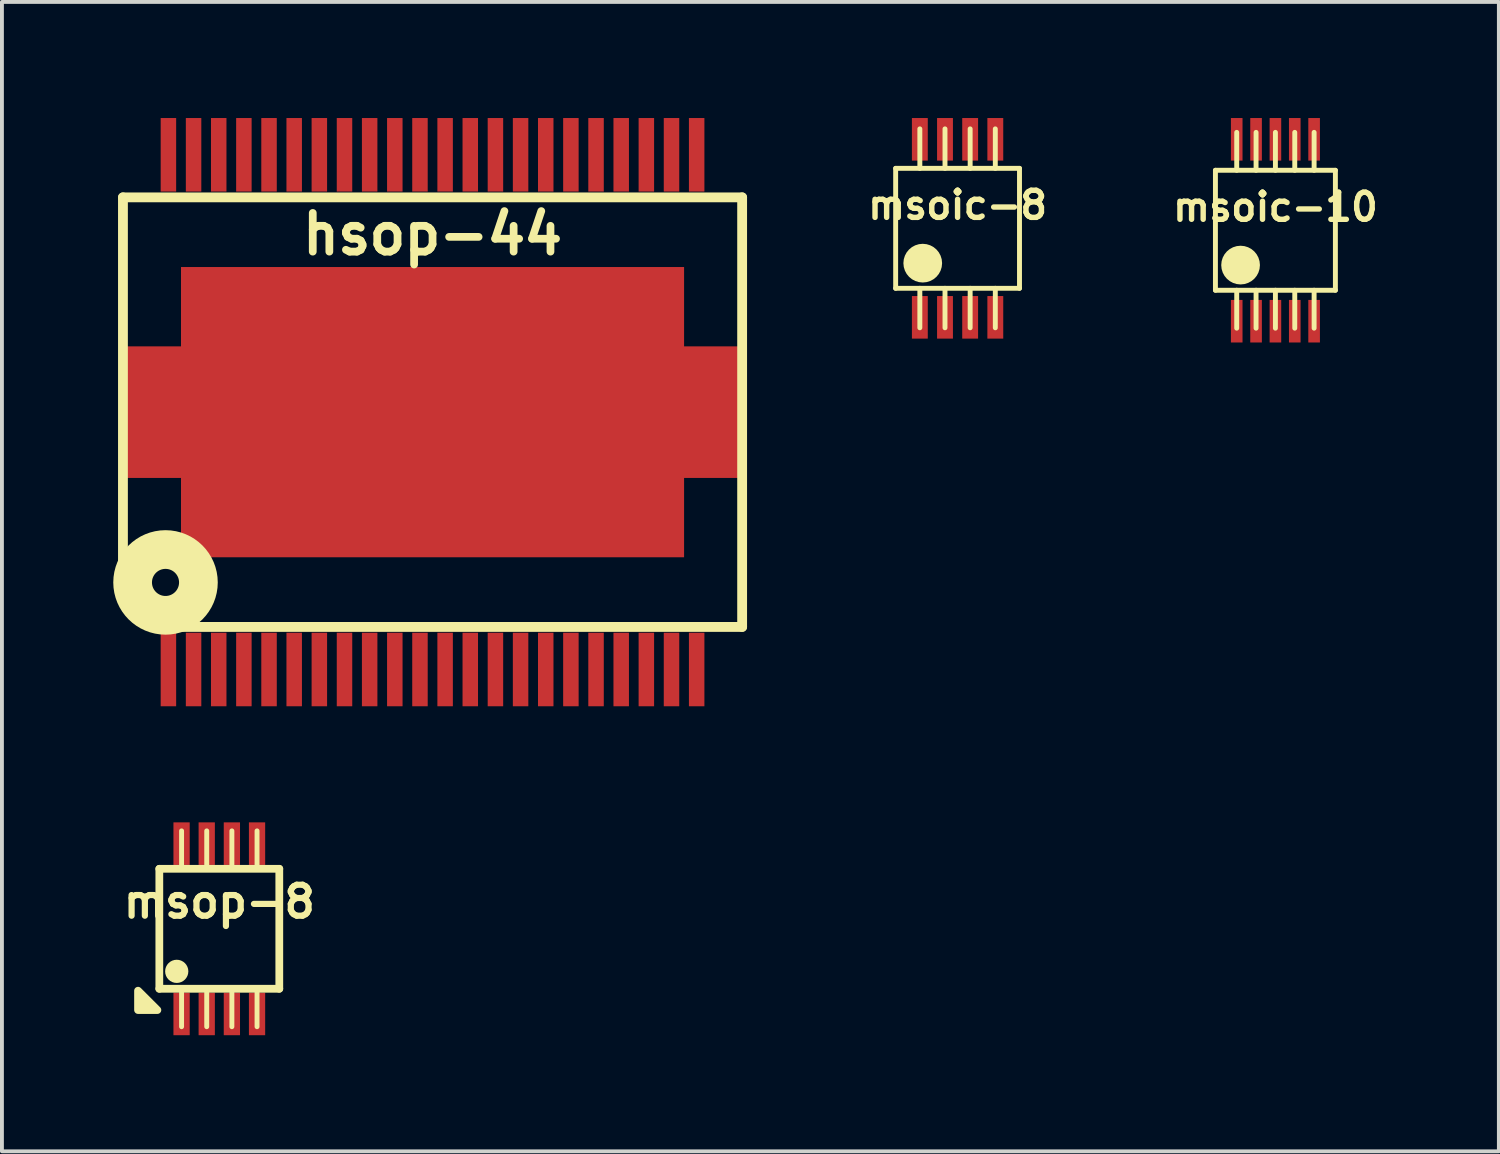
<source format=kicad_pcb>
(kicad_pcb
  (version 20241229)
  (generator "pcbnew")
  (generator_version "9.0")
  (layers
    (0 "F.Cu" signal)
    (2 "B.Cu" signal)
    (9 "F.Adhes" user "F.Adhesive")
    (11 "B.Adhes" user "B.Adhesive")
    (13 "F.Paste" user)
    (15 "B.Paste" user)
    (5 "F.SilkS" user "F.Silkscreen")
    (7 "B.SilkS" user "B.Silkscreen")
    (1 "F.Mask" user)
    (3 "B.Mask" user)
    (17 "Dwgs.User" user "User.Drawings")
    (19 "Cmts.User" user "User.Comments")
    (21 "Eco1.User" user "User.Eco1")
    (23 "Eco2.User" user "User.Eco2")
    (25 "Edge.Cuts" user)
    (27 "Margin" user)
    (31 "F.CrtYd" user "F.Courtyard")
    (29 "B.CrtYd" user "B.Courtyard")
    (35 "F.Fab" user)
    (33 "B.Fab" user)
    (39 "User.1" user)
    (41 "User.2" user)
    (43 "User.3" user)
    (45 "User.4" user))
  (footprint "msop-8"
    (layer "F.Cu")
    (at 2.617 20.95)
    (property "Reference" "msop-8" (at 0 -0.7 0) (layer "F.SilkS") (effects (font (size 0.8 0.8) (thickness 0.16))))
    (attr smd)
    (fp_line (start -1.55 -1.55) (end -1.55 1.55) (stroke (width 0.2) (type solid)) (layer "F.SilkS"))
    (fp_line (start -1.55 -1.55) (end 1.55 -1.55) (stroke (width 0.2) (type solid)) (layer "F.SilkS"))
    (fp_line (start -1.55 1.55) (end 1.55 1.55) (stroke (width 0.2) (type solid)) (layer "F.SilkS"))
    (fp_line (start -0.975 -2.53) (end -0.975 -1.55) (stroke (width 0.127) (type solid)) (layer "F.SilkS"))
    (fp_line (start -0.975 2.53) (end -0.975 1.55) (stroke (width 0.127) (type solid)) (layer "F.SilkS"))
    (fp_line (start -0.325 -2.53) (end -0.325 -1.55) (stroke (width 0.127) (type solid)) (layer "F.SilkS"))
    (fp_line (start -0.325 2.53) (end -0.325 1.55) (stroke (width 0.127) (type solid)) (layer "F.SilkS"))
    (fp_line (start 0.325 -2.53) (end 0.325 -1.55) (stroke (width 0.127) (type solid)) (layer "F.SilkS"))
    (fp_line (start 0.325 2.53) (end 0.325 1.55) (stroke (width 0.127) (type solid)) (layer "F.SilkS"))
    (fp_line (start 0.975 -2.53) (end 0.975 -1.55) (stroke (width 0.127) (type solid)) (layer "F.SilkS"))
    (fp_line (start 0.975 2.53) (end 0.975 1.55) (stroke (width 0.127) (type solid)) (layer "F.SilkS"))
    (fp_line (start 1.55 1.55) (end 1.55 -1.55) (stroke (width 0.2) (type solid)) (layer "F.SilkS"))
    (fp_circle (center -1.1 1.1) (end -0.95 1.1) (stroke (width 0.3) (type solid)) (fill no) (layer "F.SilkS"))
    (fp_poly (pts (xy -1.6 2.1) (xy -2.1 2.1) (xy -2.1 1.6)) (stroke (width 0.2) (type solid)) (fill yes) (layer "F.SilkS"))
    (pad "1" smd rect (at -0.975 2.2) (size 0.42 1.1) (layers "F.Cu" "F.Mask" "F.Paste"))
    (pad "2" smd rect (at -0.325 2.2) (size 0.42 1.1) (layers "F.Cu" "F.Mask" "F.Paste"))
    (pad "3" smd rect (at 0.325 2.2) (size 0.42 1.1) (layers "F.Cu" "F.Mask" "F.Paste"))
    (pad "4" smd rect (at 0.975 2.2) (size 0.42 1.1) (layers "F.Cu" "F.Mask" "F.Paste"))
    (pad "5" smd rect (at 0.975 -2.2) (size 0.42 1.1) (layers "F.Cu" "F.Mask" "F.Paste"))
    (pad "6" smd rect (at 0.325 -2.2) (size 0.42 1.1) (layers "F.Cu" "F.Mask" "F.Paste"))
    (pad "7" smd rect (at -0.325 -2.2) (size 0.42 1.1) (layers "F.Cu" "F.Mask" "F.Paste"))
    (pad "8" smd rect (at -0.975 -2.2) (size 0.42 1.1) (layers "F.Cu" "F.Mask" "F.Paste")))
  (footprint "hsop-44"
    (layer "F.Cu")
    (at 8.127 7.6)
    (property "Reference" "hsop-44" (at 0 -4.6 0) (layer "F.SilkS") (effects (font (size 1 1) (thickness 0.2))))
    (attr smd)
    (fp_line (start -8 -5.55) (end -8 4.75) (stroke (width 0.254) (type solid)) (layer "F.SilkS"))
    (fp_line (start -8 -5.55) (end 8 -5.55) (stroke (width 0.254) (type solid)) (layer "F.SilkS"))
    (fp_line (start -7.2 5.55) (end -8 4.75) (stroke (width 0.254) (type solid)) (layer "F.SilkS"))
    (fp_line (start -7.2 5.55) (end 8 5.55) (stroke (width 0.254) (type solid)) (layer "F.SilkS"))
    (fp_line (start 8 5.55) (end 8 -5.55) (stroke (width 0.254) (type solid)) (layer "F.SilkS"))
    (fp_circle (center -6.9 4.4) (end -6.55 4.4) (stroke (width 1) (type solid)) (fill no) (layer "F.SilkS"))
    (pad "" smd rect (at -7.2 0) (size 1.3 2.7) (layers "F.Paste"))
    (pad "" smd rect (at -5.2 -2.5) (size 2.3 2.2) (layers "F.Paste"))
    (pad "" smd rect (at -5.2 0) (size 2.3 2.2) (layers "F.Paste"))
    (pad "" smd rect (at -5.2 2.5) (size 2.3 2.2) (layers "F.Paste"))
    (pad "" smd rect (at -2.6 -2.5) (size 2.3 2.2) (layers "F.Paste"))
    (pad "" smd rect (at -2.6 0) (size 2.3 2.2) (layers "F.Paste"))
    (pad "" smd rect (at -2.6 2.5) (size 2.3 2.2) (layers "F.Paste"))
    (pad "" smd rect (at 0 -2.5) (size 2.3 2.2) (layers "F.Paste"))
    (pad "" smd rect (at 0 0) (size 2.3 2.2) (layers "F.Paste"))
    (pad "" smd rect (at 0 2.5) (size 2.3 2.2) (layers "F.Paste"))
    (pad "" smd rect (at 2.6 -2.5) (size 2.3 2.2) (layers "F.Paste"))
    (pad "" smd rect (at 2.6 0) (size 2.3 2.2) (layers "F.Paste"))
    (pad "" smd rect (at 2.6 2.5) (size 2.3 2.2) (layers "F.Paste"))
    (pad "" smd rect (at 5.2 -2.5) (size 2.3 2.2) (layers "F.Paste"))
    (pad "" smd rect (at 5.2 0) (size 2.3 2.2) (layers "F.Paste"))
    (pad "" smd rect (at 5.2 2.5) (size 2.3 2.2) (layers "F.Paste"))
    (pad "" smd rect (at 7.2 0) (size 1.3 2.7) (layers "F.Paste"))
    (pad "1" smd rect (at -6.825 6.65) (size 0.4 1.9) (layers "F.Cu" "F.Mask" "F.Paste"))
    (pad "2" smd rect (at -6.175 6.65) (size 0.4 1.9) (layers "F.Cu" "F.Mask" "F.Paste"))
    (pad "3" smd rect (at -5.525 6.65) (size 0.4 1.9) (layers "F.Cu" "F.Mask" "F.Paste"))
    (pad "4" smd rect (at -4.875 6.65) (size 0.4 1.9) (layers "F.Cu" "F.Mask" "F.Paste"))
    (pad "5" smd rect (at -4.225 6.65) (size 0.4 1.9) (layers "F.Cu" "F.Mask" "F.Paste"))
    (pad "6" smd rect (at -3.575 6.65) (size 0.4 1.9) (layers "F.Cu" "F.Mask" "F.Paste"))
    (pad "7" smd rect (at -2.925 6.65) (size 0.4 1.9) (layers "F.Cu" "F.Mask" "F.Paste"))
    (pad "8" smd rect (at -2.275 6.65) (size 0.4 1.9) (layers "F.Cu" "F.Mask" "F.Paste"))
    (pad "9" smd rect (at -1.625 6.65) (size 0.4 1.9) (layers "F.Cu" "F.Mask" "F.Paste"))
    (pad "10" smd rect (at -0.975 6.65) (size 0.4 1.9) (layers "F.Cu" "F.Mask" "F.Paste"))
    (pad "11" smd rect (at -0.325 6.65) (size 0.4 1.9) (layers "F.Cu" "F.Mask" "F.Paste"))
    (pad "12" smd rect (at 0.325 6.65) (size 0.4 1.9) (layers "F.Cu" "F.Mask" "F.Paste"))
    (pad "13" smd rect (at 0.975 6.65) (size 0.4 1.9) (layers "F.Cu" "F.Mask" "F.Paste"))
    (pad "14" smd rect (at 1.625 6.65) (size 0.4 1.9) (layers "F.Cu" "F.Mask" "F.Paste"))
    (pad "15" smd rect (at 2.275 6.65) (size 0.4 1.9) (layers "F.Cu" "F.Mask" "F.Paste"))
    (pad "16" smd rect (at 2.925 6.65) (size 0.4 1.9) (layers "F.Cu" "F.Mask" "F.Paste"))
    (pad "17" smd rect (at 3.575 6.65) (size 0.4 1.9) (layers "F.Cu" "F.Mask" "F.Paste"))
    (pad "18" smd rect (at 4.225 6.65) (size 0.4 1.9) (layers "F.Cu" "F.Mask" "F.Paste"))
    (pad "19" smd rect (at 4.875 6.65) (size 0.4 1.9) (layers "F.Cu" "F.Mask" "F.Paste"))
    (pad "20" smd rect (at 5.525 6.65) (size 0.4 1.9) (layers "F.Cu" "F.Mask" "F.Paste"))
    (pad "21" smd rect (at 6.175 6.65) (size 0.4 1.9) (layers "F.Cu" "F.Mask" "F.Paste"))
    (pad "22" smd rect (at 6.825 6.65) (size 0.4 1.9) (layers "F.Cu" "F.Mask" "F.Paste"))
    (pad "23" smd rect (at 6.825 -6.65) (size 0.4 1.9) (layers "F.Cu" "F.Mask" "F.Paste"))
    (pad "24" smd rect (at 6.175 -6.65) (size 0.4 1.9) (layers "F.Cu" "F.Mask" "F.Paste"))
    (pad "25" smd rect (at 5.525 -6.65) (size 0.4 1.9) (layers "F.Cu" "F.Mask" "F.Paste"))
    (pad "26" smd rect (at 4.875 -6.65) (size 0.4 1.9) (layers "F.Cu" "F.Mask" "F.Paste"))
    (pad "27" smd rect (at 4.225 -6.65) (size 0.4 1.9) (layers "F.Cu" "F.Mask" "F.Paste"))
    (pad "28" smd rect (at 3.575 -6.65) (size 0.4 1.9) (layers "F.Cu" "F.Mask" "F.Paste"))
    (pad "29" smd rect (at 2.925 -6.65) (size 0.4 1.9) (layers "F.Cu" "F.Mask" "F.Paste"))
    (pad "30" smd rect (at 2.275 -6.65) (size 0.4 1.9) (layers "F.Cu" "F.Mask" "F.Paste"))
    (pad "31" smd rect (at 1.625 -6.65) (size 0.4 1.9) (layers "F.Cu" "F.Mask" "F.Paste"))
    (pad "32" smd rect (at 0.975 -6.65) (size 0.4 1.9) (layers "F.Cu" "F.Mask" "F.Paste"))
    (pad "33" smd rect (at 0.325 -6.65) (size 0.4 1.9) (layers "F.Cu" "F.Mask" "F.Paste"))
    (pad "34" smd rect (at -0.325 -6.65) (size 0.4 1.9) (layers "F.Cu" "F.Mask" "F.Paste"))
    (pad "35" smd rect (at -0.975 -6.65) (size 0.4 1.9) (layers "F.Cu" "F.Mask" "F.Paste"))
    (pad "36" smd rect (at -1.625 -6.65) (size 0.4 1.9) (layers "F.Cu" "F.Mask" "F.Paste"))
    (pad "37" smd rect (at -2.275 -6.65) (size 0.4 1.9) (layers "F.Cu" "F.Mask" "F.Paste"))
    (pad "38" smd rect (at -2.925 -6.65) (size 0.4 1.9) (layers "F.Cu" "F.Mask" "F.Paste"))
    (pad "39" smd rect (at -3.575 -6.65) (size 0.4 1.9) (layers "F.Cu" "F.Mask" "F.Paste"))
    (pad "40" smd rect (at -4.225 -6.65) (size 0.4 1.9) (layers "F.Cu" "F.Mask" "F.Paste"))
    (pad "41" smd rect (at -4.875 -6.65) (size 0.4 1.9) (layers "F.Cu" "F.Mask" "F.Paste"))
    (pad "42" smd rect (at -5.525 -6.65) (size 0.4 1.9) (layers "F.Cu" "F.Mask" "F.Paste"))
    (pad "43" smd rect (at -6.175 -6.65) (size 0.4 1.9) (layers "F.Cu" "F.Mask" "F.Paste"))
    (pad "44" smd rect (at -6.825 -6.65) (size 0.4 1.9) (layers "F.Cu" "F.Mask" "F.Paste"))
    (pad "45" smd rect (at 0 0) (size 13 7.5) (layers "F.Cu" "F.Mask"))
    (pad "45" smd rect (at 0 0) (size 16 3.4) (layers "F.Cu" "F.Mask")))
  (footprint "msoic-8"
    (layer "F.Cu")
    (at 21.694 2.85)
    (property "Reference" "msoic-8" (at 0 -0.6 0) (layer "F.SilkS") (effects (font (size 0.7 0.7) (thickness 0.14))))
    (attr smd)
    (fp_line (start -1.6 -1.55) (end -1.6 1.55) (stroke (width 0.127) (type solid)) (layer "F.SilkS"))
    (fp_line (start -1.6 1.55) (end 1.6 1.55) (stroke (width 0.127) (type solid)) (layer "F.SilkS"))
    (fp_line (start -0.975 -1.55) (end -0.975 -2.57) (stroke (width 0.127) (type solid)) (layer "F.SilkS"))
    (fp_line (start -0.975 1.55) (end -0.975 2.57) (stroke (width 0.127) (type solid)) (layer "F.SilkS"))
    (fp_line (start -0.325 -1.55) (end -0.325 -2.57) (stroke (width 0.127) (type solid)) (layer "F.SilkS"))
    (fp_line (start -0.325 1.55) (end -0.325 2.57) (stroke (width 0.127) (type solid)) (layer "F.SilkS"))
    (fp_line (start 0.325 -1.55) (end 0.325 -2.57) (stroke (width 0.127) (type solid)) (layer "F.SilkS"))
    (fp_line (start 0.325 1.55) (end 0.325 2.57) (stroke (width 0.127) (type solid)) (layer "F.SilkS"))
    (fp_line (start 0.975 -1.55) (end 0.975 -2.57) (stroke (width 0.127) (type solid)) (layer "F.SilkS"))
    (fp_line (start 0.975 1.55) (end 0.975 2.57) (stroke (width 0.127) (type solid)) (layer "F.SilkS"))
    (fp_line (start 1.6 -1.55) (end -1.6 -1.55) (stroke (width 0.127) (type solid)) (layer "F.SilkS"))
    (fp_line (start 1.6 1.55) (end 1.6 -1.55) (stroke (width 0.127) (type solid)) (layer "F.SilkS"))
    (fp_circle (center -0.9 0.9) (end -0.65 0.9) (stroke (width 0.5) (type solid)) (fill no) (layer "F.SilkS"))
    (pad "1" smd rect (at -0.975 2.3) (size 0.41 1.1) (layers "F.Cu" "F.Mask" "F.Paste"))
    (pad "2" smd rect (at -0.325 2.3) (size 0.41 1.1) (layers "F.Cu" "F.Mask" "F.Paste"))
    (pad "3" smd rect (at 0.325 2.3) (size 0.41 1.1) (layers "F.Cu" "F.Mask" "F.Paste"))
    (pad "4" smd rect (at 0.975 2.3) (size 0.41 1.1) (layers "F.Cu" "F.Mask" "F.Paste"))
    (pad "5" smd rect (at 0.975 -2.3) (size 0.41 1.1) (layers "F.Cu" "F.Mask" "F.Paste"))
    (pad "6" smd rect (at 0.325 -2.3) (size 0.41 1.1) (layers "F.Cu" "F.Mask" "F.Paste"))
    (pad "7" smd rect (at -0.325 -2.3) (size 0.41 1.1) (layers "F.Cu" "F.Mask" "F.Paste"))
    (pad "8" smd rect (at -0.975 -2.3) (size 0.41 1.1) (layers "F.Cu" "F.Mask" "F.Paste")))
  (footprint "msoic-10"
    (layer "F.Cu")
    (at 29.907 2.9)
    (property "Reference" "msoic-10" (at 0 -0.6 0) (layer "F.SilkS") (effects (font (size 0.7 0.7) (thickness 0.14))))
    (attr smd)
    (fp_line (start -1.55 -1.55) (end -1.55 1.55) (stroke (width 0.127) (type solid)) (layer "F.SilkS"))
    (fp_line (start -1.55 1.55) (end 1.55 1.55) (stroke (width 0.127) (type solid)) (layer "F.SilkS"))
    (fp_line (start -1 -2.53) (end -1 -1.55) (stroke (width 0.127) (type solid)) (layer "F.SilkS"))
    (fp_line (start -1 2.53) (end -1 1.55) (stroke (width 0.127) (type solid)) (layer "F.SilkS"))
    (fp_line (start -0.5 -2.53) (end -0.5 -1.55) (stroke (width 0.127) (type solid)) (layer "F.SilkS"))
    (fp_line (start -0.5 2.53) (end -0.5 1.55) (stroke (width 0.127) (type solid)) (layer "F.SilkS"))
    (fp_line (start 0 -2.53) (end 0 -1.55) (stroke (width 0.127) (type solid)) (layer "F.SilkS"))
    (fp_line (start 0 2.53) (end 0 1.55) (stroke (width 0.127) (type solid)) (layer "F.SilkS"))
    (fp_line (start 0.5 -2.53) (end 0.5 -1.55) (stroke (width 0.127) (type solid)) (layer "F.SilkS"))
    (fp_line (start 0.5 2.53) (end 0.5 1.55) (stroke (width 0.127) (type solid)) (layer "F.SilkS"))
    (fp_line (start 1 -2.53) (end 1 -1.55) (stroke (width 0.127) (type solid)) (layer "F.SilkS"))
    (fp_line (start 1 2.53) (end 1 1.55) (stroke (width 0.127) (type solid)) (layer "F.SilkS"))
    (fp_line (start 1.55 -1.55) (end -1.55 -1.55) (stroke (width 0.127) (type solid)) (layer "F.SilkS"))
    (fp_line (start 1.55 1.55) (end 1.55 -1.55) (stroke (width 0.127) (type solid)) (layer "F.SilkS"))
    (fp_circle (center -0.9 0.9) (end -0.65 0.9) (stroke (width 0.5) (type solid)) (fill no) (layer "F.SilkS"))
    (pad "1" smd rect (at -1 2.35) (size 0.3 1.1) (layers "F.Cu" "F.Mask" "F.Paste"))
    (pad "2" smd rect (at -0.5 2.35) (size 0.3 1.1) (layers "F.Cu" "F.Mask" "F.Paste"))
    (pad "3" smd rect (at 0 2.35) (size 0.3 1.1) (layers "F.Cu" "F.Mask" "F.Paste"))
    (pad "4" smd rect (at 0.5 2.35) (size 0.3 1.1) (layers "F.Cu" "F.Mask" "F.Paste"))
    (pad "5" smd rect (at 1 2.35) (size 0.3 1.1) (layers "F.Cu" "F.Mask" "F.Paste"))
    (pad "6" smd rect (at 1 -2.35) (size 0.3 1.1) (layers "F.Cu" "F.Mask" "F.Paste"))
    (pad "7" smd rect (at 0.5 -2.35) (size 0.3 1.1) (layers "F.Cu" "F.Mask" "F.Paste"))
    (pad "8" smd rect (at 0 -2.35) (size 0.3 1.1) (layers "F.Cu" "F.Mask" "F.Paste"))
    (pad "9" smd rect (at -0.5 -2.35) (size 0.3 1.1) (layers "F.Cu" "F.Mask" "F.Paste"))
    (pad "10" smd rect (at -1 -2.35) (size 0.3 1.1) (layers "F.Cu" "F.Mask" "F.Paste")))
  (gr_rect
    (start -3 -3)
    (end 35.681 26.7)
    (stroke (width 0.1) (type default))
    (fill no)
    (layer "Edge.Cuts")))
</source>
